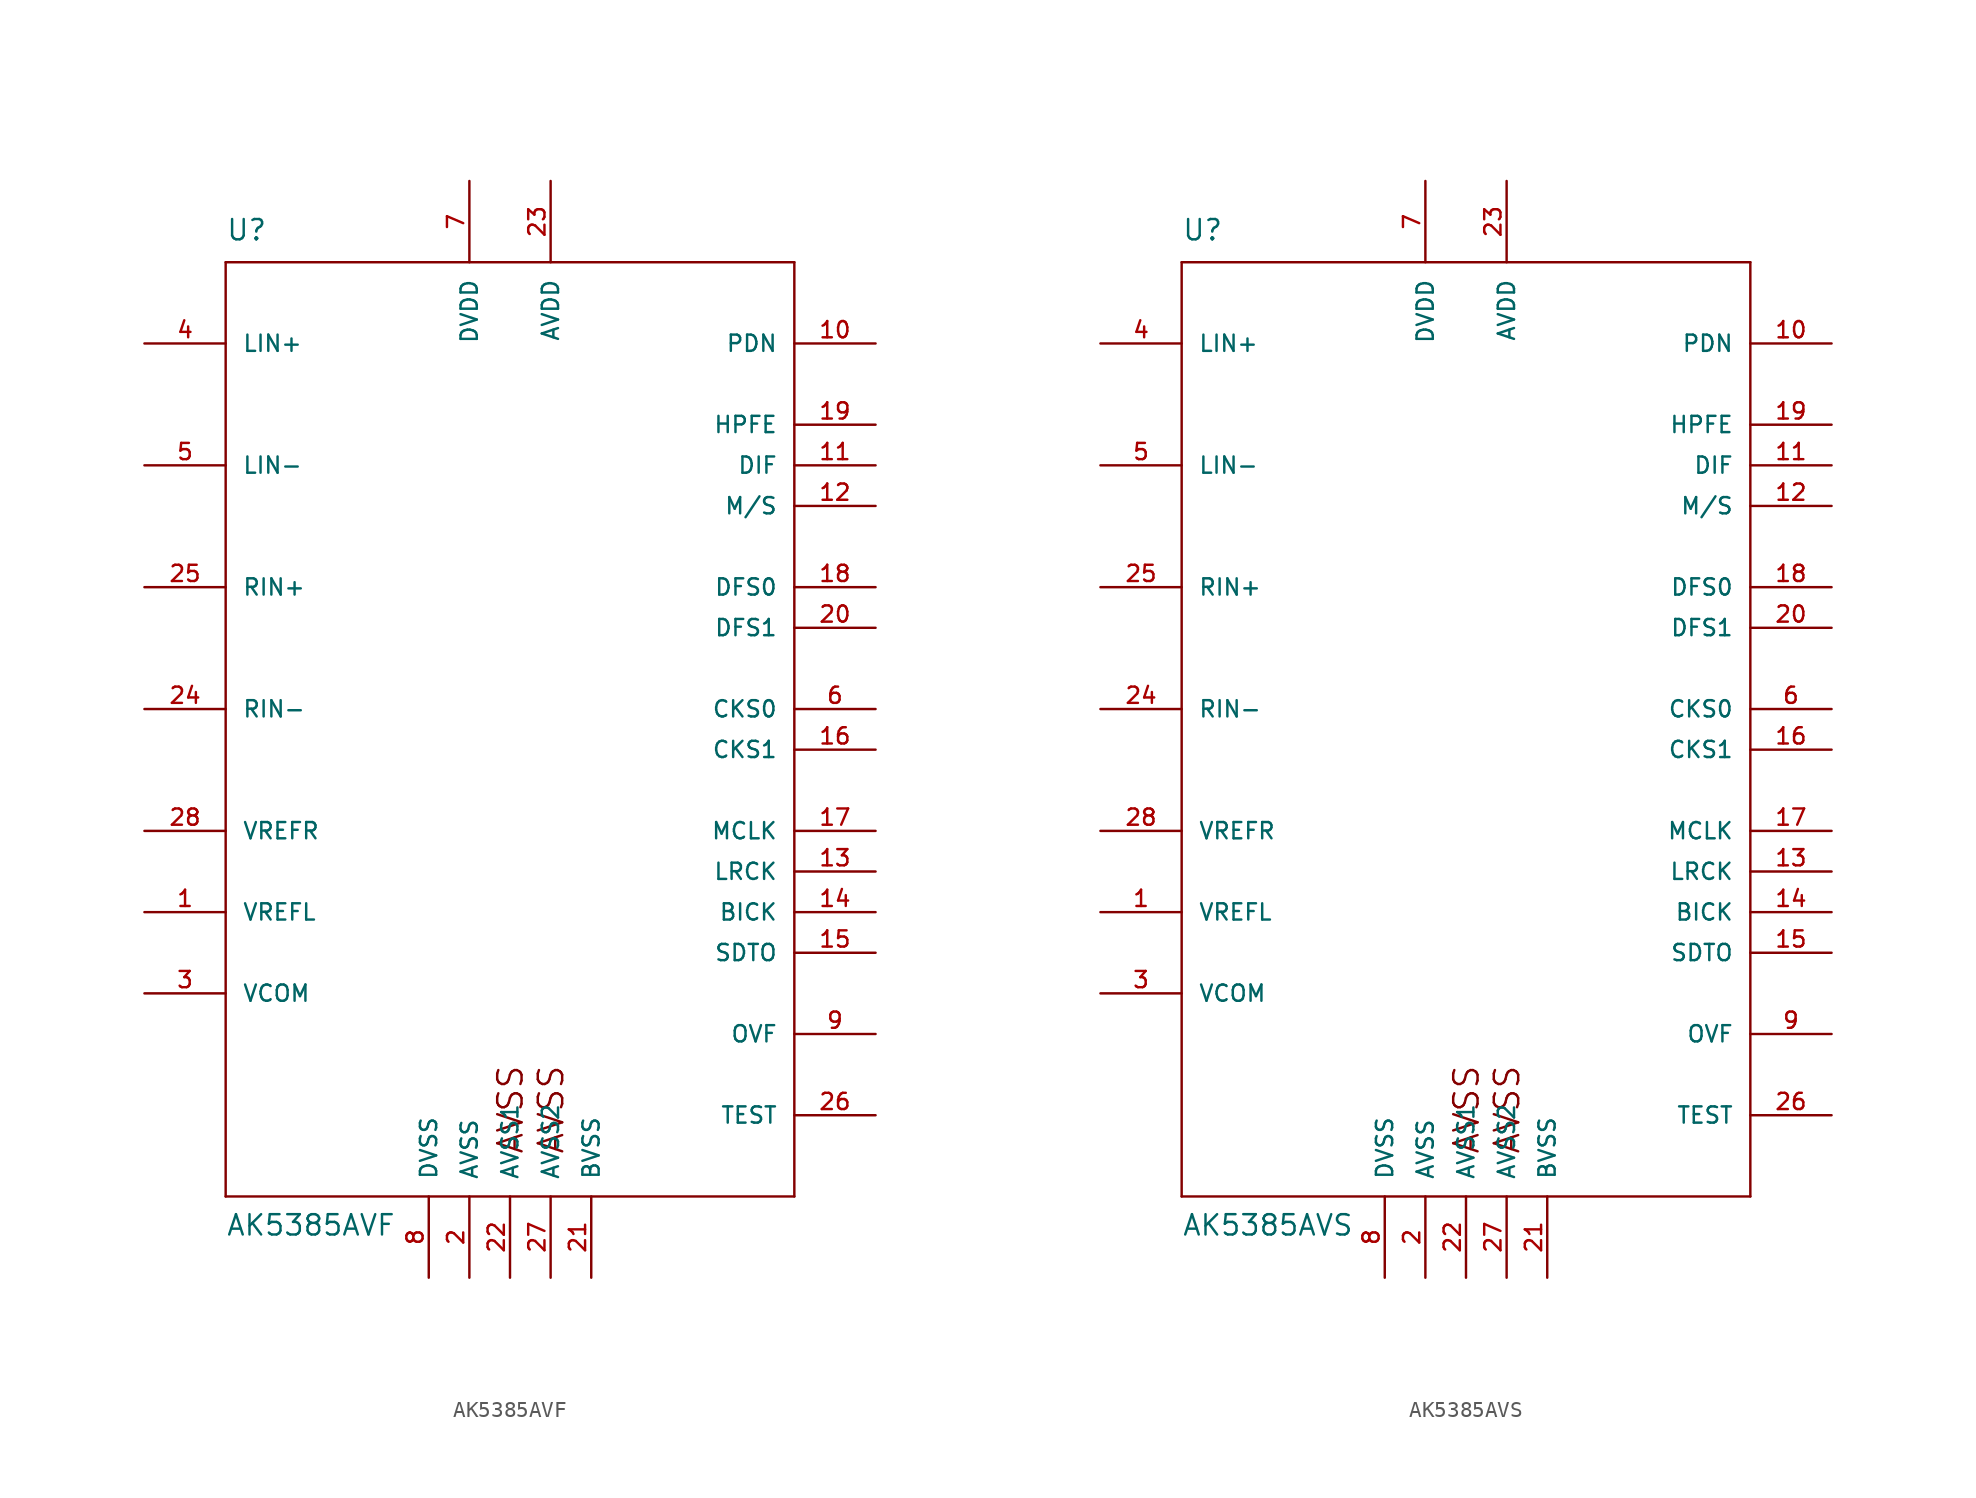
<source format=kicad_sym>
(kicad_symbol_lib
  (version 20211014)
  (generator kicad_symbol_editor)
  (symbol "AK5385AVF"
    (pin_names
      (offset 1.016))
    (property "Reference" "U"
      (at -17.78 29.21 0)
      (effects (font (size 1.27 1.27)) (justify left bottom)))
    (property "Value" "AK5385AVF"
      (at -17.78 -33.02 0)
      (effects (font (size 1.27 1.27)) (justify left bottom)))
    (property "ki_locked" ""
      (at 0 0 0)
      (effects (font (size 1.27 1.27))))
    (symbol "AK5385AVF_1_0"
      (polyline (pts (xy -17.78 -30.48) (xy -17.78 27.94)) (stroke (width 0) (type default) (color 0 0 0 0)) (fill (type none)))
      (polyline (pts (xy -17.78 27.94) (xy 17.78 27.94)) (stroke (width 0) (type default) (color 0 0 0 0)) (fill (type none)))
      (polyline (pts (xy 17.78 -30.48) (xy -17.78 -30.48)) (stroke (width 0) (type default) (color 0 0 0 0)) (fill (type none)))
      (polyline (pts (xy 17.78 27.94) (xy 17.78 -30.48)) (stroke (width 0) (type default) (color 0 0 0 0)) (fill (type none)))
      (text "AVSS" (at 0.025 -25.044 1) (effects (font (size 1.524 1.524))))
      (text "AVSS" (at 2.565 -25.044 1) (effects (font (size 1.524 1.524)))))
    (symbol "AK5385AVF_1_1"
      (pin output line (at -22.86 -12.7 0) (length 5.08) (name "VREFL" (effects (font (size 1.016 1.016)))) (number "1" (effects (font (size 1.016 1.016)))))
      (pin input line (at 22.86 22.86 180) (length 5.08) (name "PDN" (effects (font (size 1.016 1.016)))) (number "10" (effects (font (size 1.016 1.016)))))
      (pin input line (at 22.86 15.24 180) (length 5.08) (name "DIF" (effects (font (size 1.016 1.016)))) (number "11" (effects (font (size 1.016 1.016)))))
      (pin input line (at 22.86 12.7 180) (length 5.08) (name "M/S" (effects (font (size 1.016 1.016)))) (number "12" (effects (font (size 1.016 1.016)))))
      (pin bidirectional line (at 22.86 -10.16 180) (length 5.08) (name "LRCK" (effects (font (size 1.016 1.016)))) (number "13" (effects (font (size 1.016 1.016)))))
      (pin bidirectional line (at 22.86 -12.7 180) (length 5.08) (name "BICK" (effects (font (size 1.016 1.016)))) (number "14" (effects (font (size 1.016 1.016)))))
      (pin output line (at 22.86 -15.24 180) (length 5.08) (name "SDTO" (effects (font (size 1.016 1.016)))) (number "15" (effects (font (size 1.016 1.016)))))
      (pin input line (at 22.86 -2.54 180) (length 5.08) (name "CKS1" (effects (font (size 1.016 1.016)))) (number "16" (effects (font (size 1.016 1.016)))))
      (pin input line (at 22.86 -7.62 180) (length 5.08) (name "MCLK" (effects (font (size 1.016 1.016)))) (number "17" (effects (font (size 1.016 1.016)))))
      (pin input line (at 22.86 7.62 180) (length 5.08) (name "DFS0" (effects (font (size 1.016 1.016)))) (number "18" (effects (font (size 1.016 1.016)))))
      (pin input line (at 22.86 17.78 180) (length 5.08) (name "HPFE" (effects (font (size 1.016 1.016)))) (number "19" (effects (font (size 1.016 1.016)))))
      (pin power_in line (at -2.54 -35.56 90) (length 5.08) (name "AVSS" (effects (font (size 1.016 1.016)))) (number "2" (effects (font (size 1.016 1.016)))))
      (pin input line (at 22.86 5.08 180) (length 5.08) (name "DFS1" (effects (font (size 1.016 1.016)))) (number "20" (effects (font (size 1.016 1.016)))))
      (pin power_in line (at 5.08 -35.56 90) (length 5.08) (name "BVSS" (effects (font (size 1.016 1.016)))) (number "21" (effects (font (size 1.016 1.016)))))
      (pin power_in line (at 0 -35.56 90) (length 5.08) (name "AVSS1" (effects (font (size 1.016 1.016)))) (number "22" (effects (font (size 1.016 1.016)))))
      (pin power_in line (at 2.54 33.02 270) (length 5.08) (name "AVDD" (effects (font (size 1.016 1.016)))) (number "23" (effects (font (size 1.016 1.016)))))
      (pin input line (at -22.86 0 0) (length 5.08) (name "RIN-" (effects (font (size 1.016 1.016)))) (number "24" (effects (font (size 1.016 1.016)))))
      (pin input line (at -22.86 7.62 0) (length 5.08) (name "RIN+" (effects (font (size 1.016 1.016)))) (number "25" (effects (font (size 1.016 1.016)))))
      (pin input line (at 22.86 -25.4 180) (length 5.08) (name "TEST" (effects (font (size 1.016 1.016)))) (number "26" (effects (font (size 1.016 1.016)))))
      (pin power_in line (at 2.54 -35.56 90) (length 5.08) (name "AVSS2" (effects (font (size 1.016 1.016)))) (number "27" (effects (font (size 1.016 1.016)))))
      (pin output line (at -22.86 -7.62 0) (length 5.08) (name "VREFR" (effects (font (size 1.016 1.016)))) (number "28" (effects (font (size 1.016 1.016)))))
      (pin output line (at -22.86 -17.78 0) (length 5.08) (name "VCOM" (effects (font (size 1.016 1.016)))) (number "3" (effects (font (size 1.016 1.016)))))
      (pin input line (at -22.86 22.86 0) (length 5.08) (name "LIN+" (effects (font (size 1.016 1.016)))) (number "4" (effects (font (size 1.016 1.016)))))
      (pin input line (at -22.86 15.24 0) (length 5.08) (name "LIN-" (effects (font (size 1.016 1.016)))) (number "5" (effects (font (size 1.016 1.016)))))
      (pin input line (at 22.86 0 180) (length 5.08) (name "CKS0" (effects (font (size 1.016 1.016)))) (number "6" (effects (font (size 1.016 1.016)))))
      (pin power_in line (at -2.54 33.02 270) (length 5.08) (name "DVDD" (effects (font (size 1.016 1.016)))) (number "7" (effects (font (size 1.016 1.016)))))
      (pin power_in line (at -5.08 -35.56 90) (length 5.08) (name "DVSS" (effects (font (size 1.016 1.016)))) (number "8" (effects (font (size 1.016 1.016)))))
      (pin output line (at 22.86 -20.32 180) (length 5.08) (name "OVF" (effects (font (size 1.016 1.016)))) (number "9" (effects (font (size 1.016 1.016)))))))
  (symbol "AK5385AVS"
    (pin_names
      (offset 1.016))
    (property "Reference" "U"
      (at -17.78 29.21 0)
      (effects (font (size 1.27 1.27)) (justify left bottom)))
    (property "Value" "AK5385AVS"
      (at -17.78 -33.02 0)
      (effects (font (size 1.27 1.27)) (justify left bottom)))
    (property "ki_locked" ""
      (at 0 0 0)
      (effects (font (size 1.27 1.27))))
    (symbol "AK5385AVS_1_0"
      (polyline (pts (xy -17.78 -30.48) (xy -17.78 27.94)) (stroke (width 0) (type default) (color 0 0 0 0)) (fill (type none)))
      (polyline (pts (xy -17.78 27.94) (xy 17.78 27.94)) (stroke (width 0) (type default) (color 0 0 0 0)) (fill (type none)))
      (polyline (pts (xy 17.78 -30.48) (xy -17.78 -30.48)) (stroke (width 0) (type default) (color 0 0 0 0)) (fill (type none)))
      (polyline (pts (xy 17.78 27.94) (xy 17.78 -30.48)) (stroke (width 0) (type default) (color 0 0 0 0)) (fill (type none)))
      (text "AVSS" (at 0.025 -25.044 1) (effects (font (size 1.524 1.524))))
      (text "AVSS" (at 2.565 -25.044 1) (effects (font (size 1.524 1.524)))))
    (symbol "AK5385AVS_1_1"
      (pin output line (at -22.86 -12.7 0) (length 5.08) (name "VREFL" (effects (font (size 1.016 1.016)))) (number "1" (effects (font (size 1.016 1.016)))))
      (pin input line (at 22.86 22.86 180) (length 5.08) (name "PDN" (effects (font (size 1.016 1.016)))) (number "10" (effects (font (size 1.016 1.016)))))
      (pin input line (at 22.86 15.24 180) (length 5.08) (name "DIF" (effects (font (size 1.016 1.016)))) (number "11" (effects (font (size 1.016 1.016)))))
      (pin input line (at 22.86 12.7 180) (length 5.08) (name "M/S" (effects (font (size 1.016 1.016)))) (number "12" (effects (font (size 1.016 1.016)))))
      (pin bidirectional line (at 22.86 -10.16 180) (length 5.08) (name "LRCK" (effects (font (size 1.016 1.016)))) (number "13" (effects (font (size 1.016 1.016)))))
      (pin bidirectional line (at 22.86 -12.7 180) (length 5.08) (name "BICK" (effects (font (size 1.016 1.016)))) (number "14" (effects (font (size 1.016 1.016)))))
      (pin output line (at 22.86 -15.24 180) (length 5.08) (name "SDTO" (effects (font (size 1.016 1.016)))) (number "15" (effects (font (size 1.016 1.016)))))
      (pin input line (at 22.86 -2.54 180) (length 5.08) (name "CKS1" (effects (font (size 1.016 1.016)))) (number "16" (effects (font (size 1.016 1.016)))))
      (pin input line (at 22.86 -7.62 180) (length 5.08) (name "MCLK" (effects (font (size 1.016 1.016)))) (number "17" (effects (font (size 1.016 1.016)))))
      (pin input line (at 22.86 7.62 180) (length 5.08) (name "DFS0" (effects (font (size 1.016 1.016)))) (number "18" (effects (font (size 1.016 1.016)))))
      (pin input line (at 22.86 17.78 180) (length 5.08) (name "HPFE" (effects (font (size 1.016 1.016)))) (number "19" (effects (font (size 1.016 1.016)))))
      (pin power_in line (at -2.54 -35.56 90) (length 5.08) (name "AVSS" (effects (font (size 1.016 1.016)))) (number "2" (effects (font (size 1.016 1.016)))))
      (pin input line (at 22.86 5.08 180) (length 5.08) (name "DFS1" (effects (font (size 1.016 1.016)))) (number "20" (effects (font (size 1.016 1.016)))))
      (pin power_in line (at 5.08 -35.56 90) (length 5.08) (name "BVSS" (effects (font (size 1.016 1.016)))) (number "21" (effects (font (size 1.016 1.016)))))
      (pin power_in line (at 0 -35.56 90) (length 5.08) (name "AVSS1" (effects (font (size 1.016 1.016)))) (number "22" (effects (font (size 1.016 1.016)))))
      (pin power_in line (at 2.54 33.02 270) (length 5.08) (name "AVDD" (effects (font (size 1.016 1.016)))) (number "23" (effects (font (size 1.016 1.016)))))
      (pin input line (at -22.86 0 0) (length 5.08) (name "RIN-" (effects (font (size 1.016 1.016)))) (number "24" (effects (font (size 1.016 1.016)))))
      (pin input line (at -22.86 7.62 0) (length 5.08) (name "RIN+" (effects (font (size 1.016 1.016)))) (number "25" (effects (font (size 1.016 1.016)))))
      (pin input line (at 22.86 -25.4 180) (length 5.08) (name "TEST" (effects (font (size 1.016 1.016)))) (number "26" (effects (font (size 1.016 1.016)))))
      (pin power_in line (at 2.54 -35.56 90) (length 5.08) (name "AVSS2" (effects (font (size 1.016 1.016)))) (number "27" (effects (font (size 1.016 1.016)))))
      (pin output line (at -22.86 -7.62 0) (length 5.08) (name "VREFR" (effects (font (size 1.016 1.016)))) (number "28" (effects (font (size 1.016 1.016)))))
      (pin output line (at -22.86 -17.78 0) (length 5.08) (name "VCOM" (effects (font (size 1.016 1.016)))) (number "3" (effects (font (size 1.016 1.016)))))
      (pin input line (at -22.86 22.86 0) (length 5.08) (name "LIN+" (effects (font (size 1.016 1.016)))) (number "4" (effects (font (size 1.016 1.016)))))
      (pin input line (at -22.86 15.24 0) (length 5.08) (name "LIN-" (effects (font (size 1.016 1.016)))) (number "5" (effects (font (size 1.016 1.016)))))
      (pin input line (at 22.86 0 180) (length 5.08) (name "CKS0" (effects (font (size 1.016 1.016)))) (number "6" (effects (font (size 1.016 1.016)))))
      (pin power_in line (at -2.54 33.02 270) (length 5.08) (name "DVDD" (effects (font (size 1.016 1.016)))) (number "7" (effects (font (size 1.016 1.016)))))
      (pin power_in line (at -5.08 -35.56 90) (length 5.08) (name "DVSS" (effects (font (size 1.016 1.016)))) (number "8" (effects (font (size 1.016 1.016)))))
      (pin output line (at 22.86 -20.32 180) (length 5.08) (name "OVF" (effects (font (size 1.016 1.016)))) (number "9" (effects (font (size 1.016 1.016))))))))
</source>
